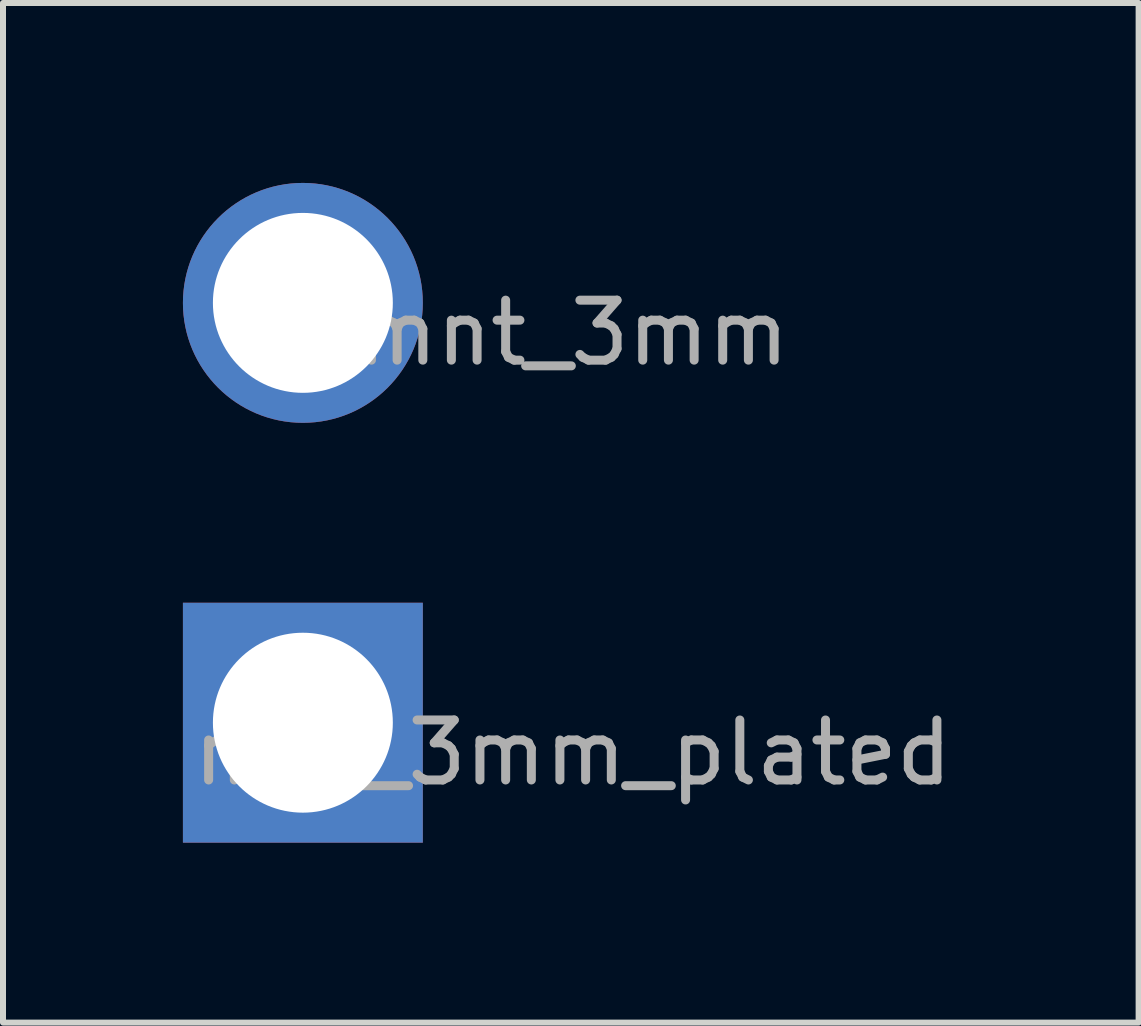
<source format=kicad_pcb>
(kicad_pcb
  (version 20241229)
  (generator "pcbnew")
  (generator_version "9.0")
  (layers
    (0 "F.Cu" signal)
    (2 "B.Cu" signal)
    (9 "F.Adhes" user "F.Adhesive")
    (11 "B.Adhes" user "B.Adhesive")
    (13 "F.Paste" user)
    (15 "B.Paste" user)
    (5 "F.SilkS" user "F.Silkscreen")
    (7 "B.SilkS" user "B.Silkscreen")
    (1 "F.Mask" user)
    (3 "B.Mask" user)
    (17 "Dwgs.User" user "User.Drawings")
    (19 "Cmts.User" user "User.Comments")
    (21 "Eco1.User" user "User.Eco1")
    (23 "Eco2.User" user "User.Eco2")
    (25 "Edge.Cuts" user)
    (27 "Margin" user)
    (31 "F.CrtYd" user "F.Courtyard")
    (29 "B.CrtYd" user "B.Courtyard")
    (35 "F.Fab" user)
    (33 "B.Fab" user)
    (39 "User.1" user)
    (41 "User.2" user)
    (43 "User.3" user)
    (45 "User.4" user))
  (footprint "mnt_3mm_plated"
    (layer "F.Cu")
    (at 2 9)
    (property "Reference" "mnt_3mm_plated" (at 4.5 0.5 0) (layer "F.Fab") (effects (font (size 1 1) (thickness 0.15))))
    (attr through_hole)
    (pad "1" thru_hole rect (at 0 0) (size 4 4) (drill 3) (layers "*.Cu" "*.Mask")))
  (footprint "mnt_3mm"
    (layer "F.Cu")
    (at 2 2)
    (property "Reference" "mnt_3mm" (at 4.5 0.5 0) (layer "F.Fab") (effects (font (size 1 1) (thickness 0.15))))
    (attr through_hole)
    (pad "" np_thru_hole circle (at 0 0) (size 4 4) (drill 3) (layers "*.Cu" "*.Mask")))
  (gr_rect
    (start -3 -3)
    (end 15.935 14)
    (stroke (width 0.1) (type default))
    (fill no)
    (layer "Edge.Cuts")))
</source>
